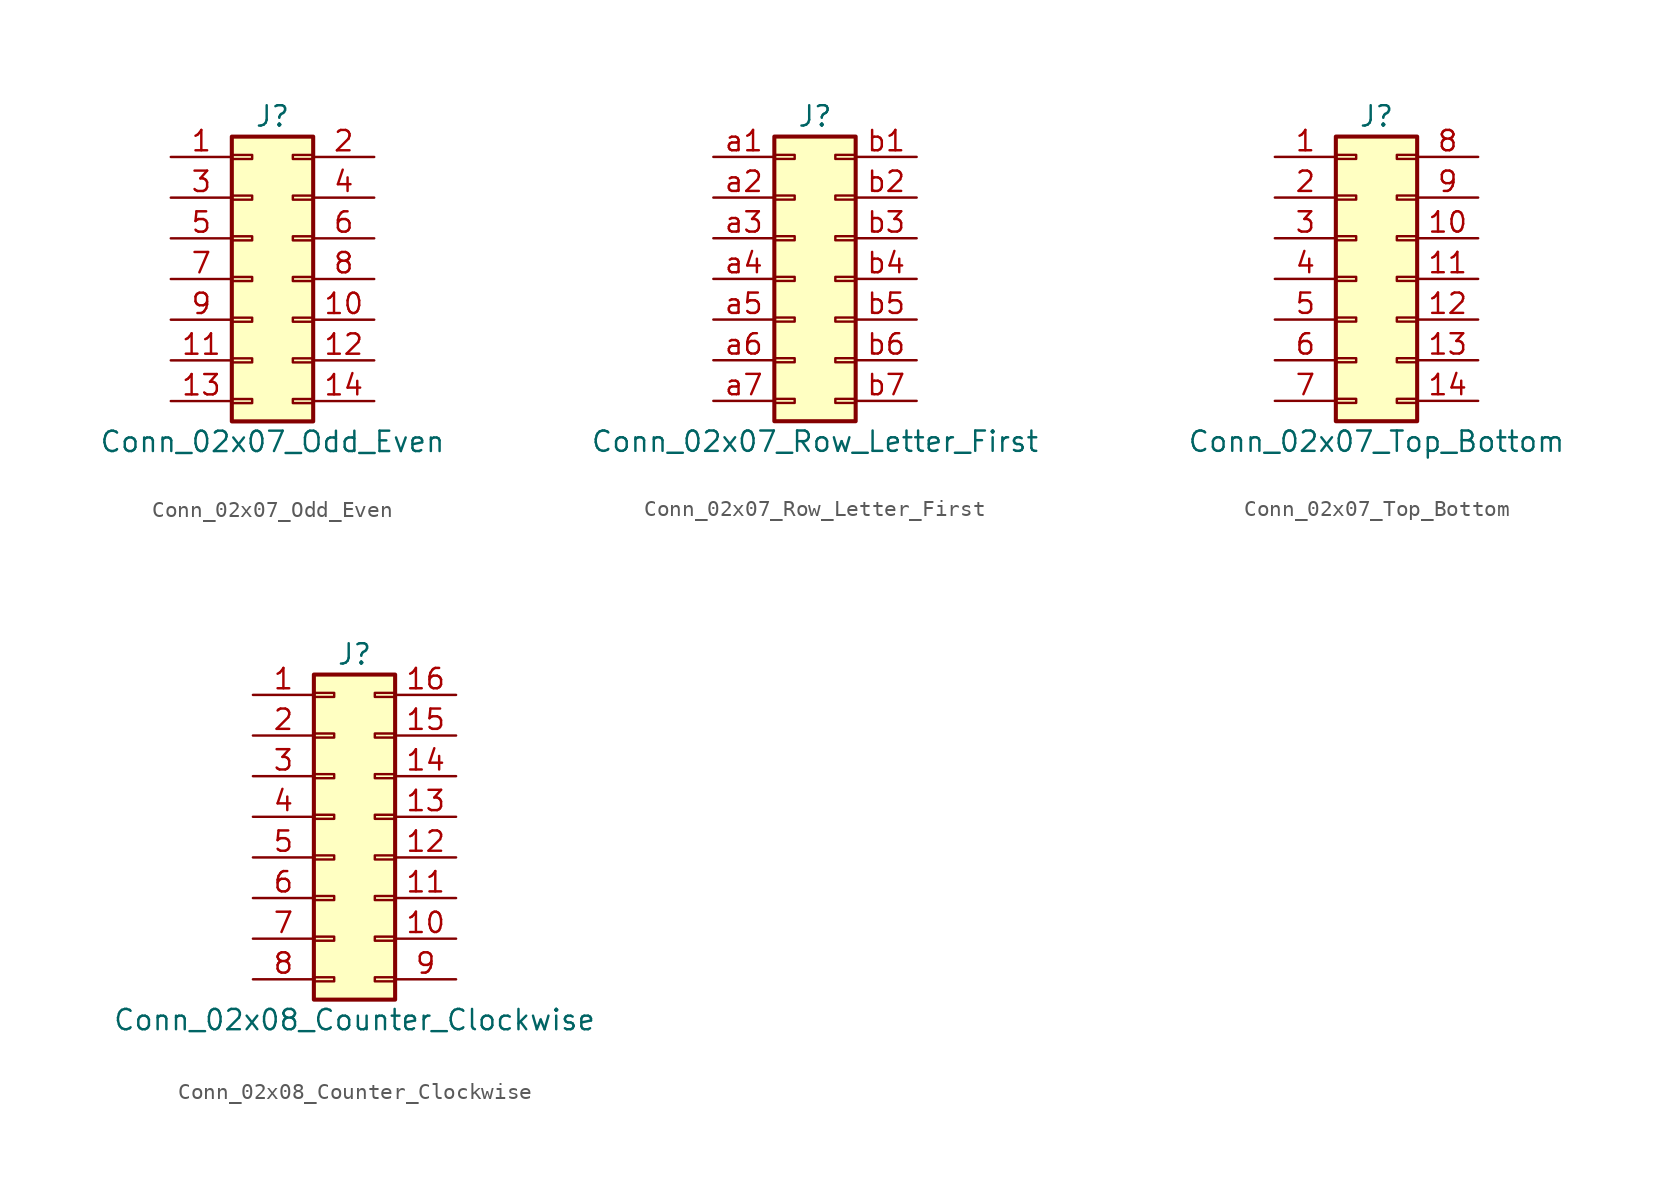
<source format=kicad_sym>
(kicad_symbol_lib
  (version 20201005)
  (generator kicad_symbol_editor)
  (symbol "Conn_02x07_Odd_Even"
    (pin_names
      (offset 1.016) hide)
    (property "Reference" "J"
      (at 1.27 10.16 0)
      (effects (font (size 1.27 1.27))))
    (property "Value" "Conn_02x07_Odd_Even"
      (at 1.27 -10.16 0)
      (effects (font (size 1.27 1.27))))
    (symbol "Conn_02x07_Odd_Even_1_1"
      (rectangle (start -1.27 -7.493) (end 0 -7.747) (stroke (width 0.152)) (fill (type none)))
      (rectangle (start -1.27 -4.953) (end 0 -5.207) (stroke (width 0.152)) (fill (type none)))
      (rectangle (start -1.27 -2.413) (end 0 -2.667) (stroke (width 0.152)) (fill (type none)))
      (rectangle (start -1.27 0.127) (end 0 -0.127) (stroke (width 0.152)) (fill (type none)))
      (rectangle (start -1.27 2.667) (end 0 2.413) (stroke (width 0.152)) (fill (type none)))
      (rectangle (start -1.27 5.207) (end 0 4.953) (stroke (width 0.152)) (fill (type none)))
      (rectangle (start -1.27 7.747) (end 0 7.493) (stroke (width 0.152)) (fill (type none)))
      (rectangle (start -1.27 8.89) (end 3.81 -8.89) (stroke (width 0.254)) (fill (type background)))
      (rectangle (start 3.81 -7.493) (end 2.54 -7.747) (stroke (width 0.152)) (fill (type none)))
      (rectangle (start 3.81 -4.953) (end 2.54 -5.207) (stroke (width 0.152)) (fill (type none)))
      (rectangle (start 3.81 -2.413) (end 2.54 -2.667) (stroke (width 0.152)) (fill (type none)))
      (rectangle (start 3.81 0.127) (end 2.54 -0.127) (stroke (width 0.152)) (fill (type none)))
      (rectangle (start 3.81 2.667) (end 2.54 2.413) (stroke (width 0.152)) (fill (type none)))
      (rectangle (start 3.81 5.207) (end 2.54 4.953) (stroke (width 0.152)) (fill (type none)))
      (rectangle (start 3.81 7.747) (end 2.54 7.493) (stroke (width 0.152)) (fill (type none)))
      (pin passive line (at -5.08 7.62 0) (length 3.81) (name "Pin_1" (effects (font (size 1.27 1.27)))) (number "1" (effects (font (size 1.27 1.27)))))
      (pin passive line (at 7.62 -2.54 180) (length 3.81) (name "Pin_10" (effects (font (size 1.27 1.27)))) (number "10" (effects (font (size 1.27 1.27)))))
      (pin passive line (at -5.08 -5.08 0) (length 3.81) (name "Pin_11" (effects (font (size 1.27 1.27)))) (number "11" (effects (font (size 1.27 1.27)))))
      (pin passive line (at 7.62 -5.08 180) (length 3.81) (name "Pin_12" (effects (font (size 1.27 1.27)))) (number "12" (effects (font (size 1.27 1.27)))))
      (pin passive line (at -5.08 -7.62 0) (length 3.81) (name "Pin_13" (effects (font (size 1.27 1.27)))) (number "13" (effects (font (size 1.27 1.27)))))
      (pin passive line (at 7.62 -7.62 180) (length 3.81) (name "Pin_14" (effects (font (size 1.27 1.27)))) (number "14" (effects (font (size 1.27 1.27)))))
      (pin passive line (at 7.62 7.62 180) (length 3.81) (name "Pin_2" (effects (font (size 1.27 1.27)))) (number "2" (effects (font (size 1.27 1.27)))))
      (pin passive line (at -5.08 5.08 0) (length 3.81) (name "Pin_3" (effects (font (size 1.27 1.27)))) (number "3" (effects (font (size 1.27 1.27)))))
      (pin passive line (at 7.62 5.08 180) (length 3.81) (name "Pin_4" (effects (font (size 1.27 1.27)))) (number "4" (effects (font (size 1.27 1.27)))))
      (pin passive line (at -5.08 2.54 0) (length 3.81) (name "Pin_5" (effects (font (size 1.27 1.27)))) (number "5" (effects (font (size 1.27 1.27)))))
      (pin passive line (at 7.62 2.54 180) (length 3.81) (name "Pin_6" (effects (font (size 1.27 1.27)))) (number "6" (effects (font (size 1.27 1.27)))))
      (pin passive line (at -5.08 0 0) (length 3.81) (name "Pin_7" (effects (font (size 1.27 1.27)))) (number "7" (effects (font (size 1.27 1.27)))))
      (pin passive line (at 7.62 0 180) (length 3.81) (name "Pin_8" (effects (font (size 1.27 1.27)))) (number "8" (effects (font (size 1.27 1.27)))))
      (pin passive line (at -5.08 -2.54 0) (length 3.81) (name "Pin_9" (effects (font (size 1.27 1.27)))) (number "9" (effects (font (size 1.27 1.27)))))))
  (symbol "Conn_02x07_Row_Letter_First"
    (pin_names
      (offset 1.016) hide)
    (property "Reference" "J"
      (at 1.27 10.16 0)
      (effects (font (size 1.27 1.27))))
    (property "Value" "Conn_02x07_Row_Letter_First"
      (at 1.27 -10.16 0)
      (effects (font (size 1.27 1.27))))
    (symbol "Conn_02x07_Row_Letter_First_1_1"
      (rectangle (start -1.27 -7.493) (end 0 -7.747) (stroke (width 0.152)) (fill (type none)))
      (rectangle (start -1.27 -4.953) (end 0 -5.207) (stroke (width 0.152)) (fill (type none)))
      (rectangle (start -1.27 -2.413) (end 0 -2.667) (stroke (width 0.152)) (fill (type none)))
      (rectangle (start -1.27 0.127) (end 0 -0.127) (stroke (width 0.152)) (fill (type none)))
      (rectangle (start -1.27 2.667) (end 0 2.413) (stroke (width 0.152)) (fill (type none)))
      (rectangle (start -1.27 5.207) (end 0 4.953) (stroke (width 0.152)) (fill (type none)))
      (rectangle (start -1.27 7.747) (end 0 7.493) (stroke (width 0.152)) (fill (type none)))
      (rectangle (start -1.27 8.89) (end 3.81 -8.89) (stroke (width 0.254)) (fill (type background)))
      (rectangle (start 3.81 -7.493) (end 2.54 -7.747) (stroke (width 0.152)) (fill (type none)))
      (rectangle (start 3.81 -4.953) (end 2.54 -5.207) (stroke (width 0.152)) (fill (type none)))
      (rectangle (start 3.81 -2.413) (end 2.54 -2.667) (stroke (width 0.152)) (fill (type none)))
      (rectangle (start 3.81 0.127) (end 2.54 -0.127) (stroke (width 0.152)) (fill (type none)))
      (rectangle (start 3.81 2.667) (end 2.54 2.413) (stroke (width 0.152)) (fill (type none)))
      (rectangle (start 3.81 5.207) (end 2.54 4.953) (stroke (width 0.152)) (fill (type none)))
      (rectangle (start 3.81 7.747) (end 2.54 7.493) (stroke (width 0.152)) (fill (type none)))
      (pin passive line (at -5.08 7.62 0) (length 3.81) (name "Pin_a1" (effects (font (size 1.27 1.27)))) (number "a1" (effects (font (size 1.27 1.27)))))
      (pin passive line (at -5.08 5.08 0) (length 3.81) (name "Pin_a2" (effects (font (size 1.27 1.27)))) (number "a2" (effects (font (size 1.27 1.27)))))
      (pin passive line (at -5.08 2.54 0) (length 3.81) (name "Pin_a3" (effects (font (size 1.27 1.27)))) (number "a3" (effects (font (size 1.27 1.27)))))
      (pin passive line (at -5.08 0 0) (length 3.81) (name "Pin_a4" (effects (font (size 1.27 1.27)))) (number "a4" (effects (font (size 1.27 1.27)))))
      (pin passive line (at -5.08 -2.54 0) (length 3.81) (name "Pin_a5" (effects (font (size 1.27 1.27)))) (number "a5" (effects (font (size 1.27 1.27)))))
      (pin passive line (at -5.08 -5.08 0) (length 3.81) (name "Pin_a6" (effects (font (size 1.27 1.27)))) (number "a6" (effects (font (size 1.27 1.27)))))
      (pin passive line (at -5.08 -7.62 0) (length 3.81) (name "Pin_a7" (effects (font (size 1.27 1.27)))) (number "a7" (effects (font (size 1.27 1.27)))))
      (pin passive line (at 7.62 7.62 180) (length 3.81) (name "Pin_b1" (effects (font (size 1.27 1.27)))) (number "b1" (effects (font (size 1.27 1.27)))))
      (pin passive line (at 7.62 5.08 180) (length 3.81) (name "Pin_b2" (effects (font (size 1.27 1.27)))) (number "b2" (effects (font (size 1.27 1.27)))))
      (pin passive line (at 7.62 2.54 180) (length 3.81) (name "Pin_b3" (effects (font (size 1.27 1.27)))) (number "b3" (effects (font (size 1.27 1.27)))))
      (pin passive line (at 7.62 0 180) (length 3.81) (name "Pin_b4" (effects (font (size 1.27 1.27)))) (number "b4" (effects (font (size 1.27 1.27)))))
      (pin passive line (at 7.62 -2.54 180) (length 3.81) (name "Pin_b5" (effects (font (size 1.27 1.27)))) (number "b5" (effects (font (size 1.27 1.27)))))
      (pin passive line (at 7.62 -5.08 180) (length 3.81) (name "Pin_b6" (effects (font (size 1.27 1.27)))) (number "b6" (effects (font (size 1.27 1.27)))))
      (pin passive line (at 7.62 -7.62 180) (length 3.81) (name "Pin_b7" (effects (font (size 1.27 1.27)))) (number "b7" (effects (font (size 1.27 1.27)))))))
  (symbol "Conn_02x07_Top_Bottom"
    (pin_names
      (offset 1.016) hide)
    (property "Reference" "J"
      (at 1.27 10.16 0)
      (effects (font (size 1.27 1.27))))
    (property "Value" "Conn_02x07_Top_Bottom"
      (at 1.27 -10.16 0)
      (effects (font (size 1.27 1.27))))
    (symbol "Conn_02x07_Top_Bottom_1_1"
      (rectangle (start -1.27 -7.493) (end 0 -7.747) (stroke (width 0.152)) (fill (type none)))
      (rectangle (start -1.27 -4.953) (end 0 -5.207) (stroke (width 0.152)) (fill (type none)))
      (rectangle (start -1.27 -2.413) (end 0 -2.667) (stroke (width 0.152)) (fill (type none)))
      (rectangle (start -1.27 0.127) (end 0 -0.127) (stroke (width 0.152)) (fill (type none)))
      (rectangle (start -1.27 2.667) (end 0 2.413) (stroke (width 0.152)) (fill (type none)))
      (rectangle (start -1.27 5.207) (end 0 4.953) (stroke (width 0.152)) (fill (type none)))
      (rectangle (start -1.27 7.747) (end 0 7.493) (stroke (width 0.152)) (fill (type none)))
      (rectangle (start -1.27 8.89) (end 3.81 -8.89) (stroke (width 0.254)) (fill (type background)))
      (rectangle (start 3.81 -7.493) (end 2.54 -7.747) (stroke (width 0.152)) (fill (type none)))
      (rectangle (start 3.81 -4.953) (end 2.54 -5.207) (stroke (width 0.152)) (fill (type none)))
      (rectangle (start 3.81 -2.413) (end 2.54 -2.667) (stroke (width 0.152)) (fill (type none)))
      (rectangle (start 3.81 0.127) (end 2.54 -0.127) (stroke (width 0.152)) (fill (type none)))
      (rectangle (start 3.81 2.667) (end 2.54 2.413) (stroke (width 0.152)) (fill (type none)))
      (rectangle (start 3.81 5.207) (end 2.54 4.953) (stroke (width 0.152)) (fill (type none)))
      (rectangle (start 3.81 7.747) (end 2.54 7.493) (stroke (width 0.152)) (fill (type none)))
      (pin passive line (at -5.08 7.62 0) (length 3.81) (name "Pin_1" (effects (font (size 1.27 1.27)))) (number "1" (effects (font (size 1.27 1.27)))))
      (pin passive line (at 7.62 2.54 180) (length 3.81) (name "Pin_10" (effects (font (size 1.27 1.27)))) (number "10" (effects (font (size 1.27 1.27)))))
      (pin passive line (at 7.62 0 180) (length 3.81) (name "Pin_11" (effects (font (size 1.27 1.27)))) (number "11" (effects (font (size 1.27 1.27)))))
      (pin passive line (at 7.62 -2.54 180) (length 3.81) (name "Pin_12" (effects (font (size 1.27 1.27)))) (number "12" (effects (font (size 1.27 1.27)))))
      (pin passive line (at 7.62 -5.08 180) (length 3.81) (name "Pin_13" (effects (font (size 1.27 1.27)))) (number "13" (effects (font (size 1.27 1.27)))))
      (pin passive line (at 7.62 -7.62 180) (length 3.81) (name "Pin_14" (effects (font (size 1.27 1.27)))) (number "14" (effects (font (size 1.27 1.27)))))
      (pin passive line (at -5.08 5.08 0) (length 3.81) (name "Pin_2" (effects (font (size 1.27 1.27)))) (number "2" (effects (font (size 1.27 1.27)))))
      (pin passive line (at -5.08 2.54 0) (length 3.81) (name "Pin_3" (effects (font (size 1.27 1.27)))) (number "3" (effects (font (size 1.27 1.27)))))
      (pin passive line (at -5.08 0 0) (length 3.81) (name "Pin_4" (effects (font (size 1.27 1.27)))) (number "4" (effects (font (size 1.27 1.27)))))
      (pin passive line (at -5.08 -2.54 0) (length 3.81) (name "Pin_5" (effects (font (size 1.27 1.27)))) (number "5" (effects (font (size 1.27 1.27)))))
      (pin passive line (at -5.08 -5.08 0) (length 3.81) (name "Pin_6" (effects (font (size 1.27 1.27)))) (number "6" (effects (font (size 1.27 1.27)))))
      (pin passive line (at -5.08 -7.62 0) (length 3.81) (name "Pin_7" (effects (font (size 1.27 1.27)))) (number "7" (effects (font (size 1.27 1.27)))))
      (pin passive line (at 7.62 7.62 180) (length 3.81) (name "Pin_8" (effects (font (size 1.27 1.27)))) (number "8" (effects (font (size 1.27 1.27)))))
      (pin passive line (at 7.62 5.08 180) (length 3.81) (name "Pin_9" (effects (font (size 1.27 1.27)))) (number "9" (effects (font (size 1.27 1.27)))))))
  (symbol "Conn_02x08_Counter_Clockwise"
    (pin_names
      (offset 1.016) hide)
    (property "Reference" "J"
      (at 1.27 10.16 0)
      (effects (font (size 1.27 1.27))))
    (property "Value" "Conn_02x08_Counter_Clockwise"
      (at 1.27 -12.7 0)
      (effects (font (size 1.27 1.27))))
    (symbol "Conn_02x08_Counter_Clockwise_1_1"
      (rectangle (start -1.27 -10.033) (end 0 -10.287) (stroke (width 0.152)) (fill (type none)))
      (rectangle (start -1.27 -7.493) (end 0 -7.747) (stroke (width 0.152)) (fill (type none)))
      (rectangle (start -1.27 -4.953) (end 0 -5.207) (stroke (width 0.152)) (fill (type none)))
      (rectangle (start -1.27 -2.413) (end 0 -2.667) (stroke (width 0.152)) (fill (type none)))
      (rectangle (start -1.27 0.127) (end 0 -0.127) (stroke (width 0.152)) (fill (type none)))
      (rectangle (start -1.27 2.667) (end 0 2.413) (stroke (width 0.152)) (fill (type none)))
      (rectangle (start -1.27 5.207) (end 0 4.953) (stroke (width 0.152)) (fill (type none)))
      (rectangle (start -1.27 7.747) (end 0 7.493) (stroke (width 0.152)) (fill (type none)))
      (rectangle (start -1.27 8.89) (end 3.81 -11.43) (stroke (width 0.254)) (fill (type background)))
      (rectangle (start 3.81 -10.033) (end 2.54 -10.287) (stroke (width 0.152)) (fill (type none)))
      (rectangle (start 3.81 -7.493) (end 2.54 -7.747) (stroke (width 0.152)) (fill (type none)))
      (rectangle (start 3.81 -4.953) (end 2.54 -5.207) (stroke (width 0.152)) (fill (type none)))
      (rectangle (start 3.81 -2.413) (end 2.54 -2.667) (stroke (width 0.152)) (fill (type none)))
      (rectangle (start 3.81 0.127) (end 2.54 -0.127) (stroke (width 0.152)) (fill (type none)))
      (rectangle (start 3.81 2.667) (end 2.54 2.413) (stroke (width 0.152)) (fill (type none)))
      (rectangle (start 3.81 5.207) (end 2.54 4.953) (stroke (width 0.152)) (fill (type none)))
      (rectangle (start 3.81 7.747) (end 2.54 7.493) (stroke (width 0.152)) (fill (type none)))
      (pin passive line (at -5.08 7.62 0) (length 3.81) (name "Pin_1" (effects (font (size 1.27 1.27)))) (number "1" (effects (font (size 1.27 1.27)))))
      (pin passive line (at 7.62 -7.62 180) (length 3.81) (name "Pin_10" (effects (font (size 1.27 1.27)))) (number "10" (effects (font (size 1.27 1.27)))))
      (pin passive line (at 7.62 -5.08 180) (length 3.81) (name "Pin_11" (effects (font (size 1.27 1.27)))) (number "11" (effects (font (size 1.27 1.27)))))
      (pin passive line (at 7.62 -2.54 180) (length 3.81) (name "Pin_12" (effects (font (size 1.27 1.27)))) (number "12" (effects (font (size 1.27 1.27)))))
      (pin passive line (at 7.62 0 180) (length 3.81) (name "Pin_13" (effects (font (size 1.27 1.27)))) (number "13" (effects (font (size 1.27 1.27)))))
      (pin passive line (at 7.62 2.54 180) (length 3.81) (name "Pin_14" (effects (font (size 1.27 1.27)))) (number "14" (effects (font (size 1.27 1.27)))))
      (pin passive line (at 7.62 5.08 180) (length 3.81) (name "Pin_15" (effects (font (size 1.27 1.27)))) (number "15" (effects (font (size 1.27 1.27)))))
      (pin passive line (at 7.62 7.62 180) (length 3.81) (name "Pin_16" (effects (font (size 1.27 1.27)))) (number "16" (effects (font (size 1.27 1.27)))))
      (pin passive line (at -5.08 5.08 0) (length 3.81) (name "Pin_2" (effects (font (size 1.27 1.27)))) (number "2" (effects (font (size 1.27 1.27)))))
      (pin passive line (at -5.08 2.54 0) (length 3.81) (name "Pin_3" (effects (font (size 1.27 1.27)))) (number "3" (effects (font (size 1.27 1.27)))))
      (pin passive line (at -5.08 0 0) (length 3.81) (name "Pin_4" (effects (font (size 1.27 1.27)))) (number "4" (effects (font (size 1.27 1.27)))))
      (pin passive line (at -5.08 -2.54 0) (length 3.81) (name "Pin_5" (effects (font (size 1.27 1.27)))) (number "5" (effects (font (size 1.27 1.27)))))
      (pin passive line (at -5.08 -5.08 0) (length 3.81) (name "Pin_6" (effects (font (size 1.27 1.27)))) (number "6" (effects (font (size 1.27 1.27)))))
      (pin passive line (at -5.08 -7.62 0) (length 3.81) (name "Pin_7" (effects (font (size 1.27 1.27)))) (number "7" (effects (font (size 1.27 1.27)))))
      (pin passive line (at -5.08 -10.16 0) (length 3.81) (name "Pin_8" (effects (font (size 1.27 1.27)))) (number "8" (effects (font (size 1.27 1.27)))))
      (pin passive line (at 7.62 -10.16 180) (length 3.81) (name "Pin_9" (effects (font (size 1.27 1.27)))) (number "9" (effects (font (size 1.27 1.27))))))))
</source>
